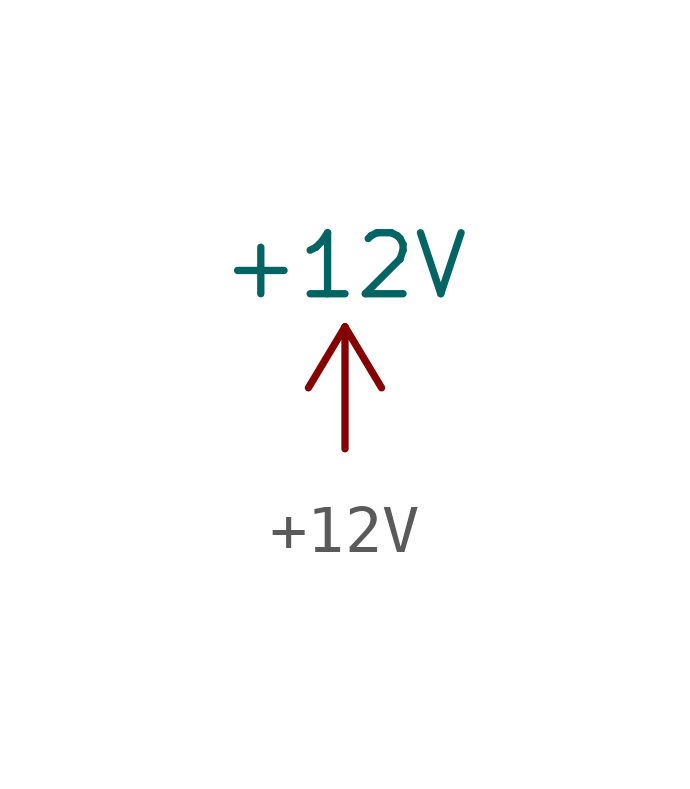
<source format=kicad_sym>
(kicad_symbol_lib
  (version 20211014)
  (generator kicad_symbol_editor)
  (symbol "+12V"
    (power)
    (pin_names
      (offset 0))
    (property "Reference" "#PWR"
      (at 0 -2.54 0)
      (effects (font (size 1.27 1.27)) hide))
    (property "Value" "+12V"
      (at 0 3.81 0)
      (effects (font (size 1.27 1.27))))
    (symbol "+12V_1_1"
      (polyline (pts (xy -0.762 1.27) (xy 0 2.54)) (stroke (width 0) (type default) (color 0 0 0 0)) (fill (type none)))
      (polyline (pts (xy 0 0) (xy 0 2.54)) (stroke (width 0) (type default) (color 0 0 0 0)) (fill (type none)))
      (polyline (pts (xy 0 2.54) (xy 0.762 1.27)) (stroke (width 0) (type default) (color 0 0 0 0)) (fill (type none)))
      (pin power_in line (at 0 0 90) (length 2.54) hide (name "+12V" (effects (font (size 1.016 1.016)))) (number "1" (effects (font (size 1.016 1.016))))))))
</source>
